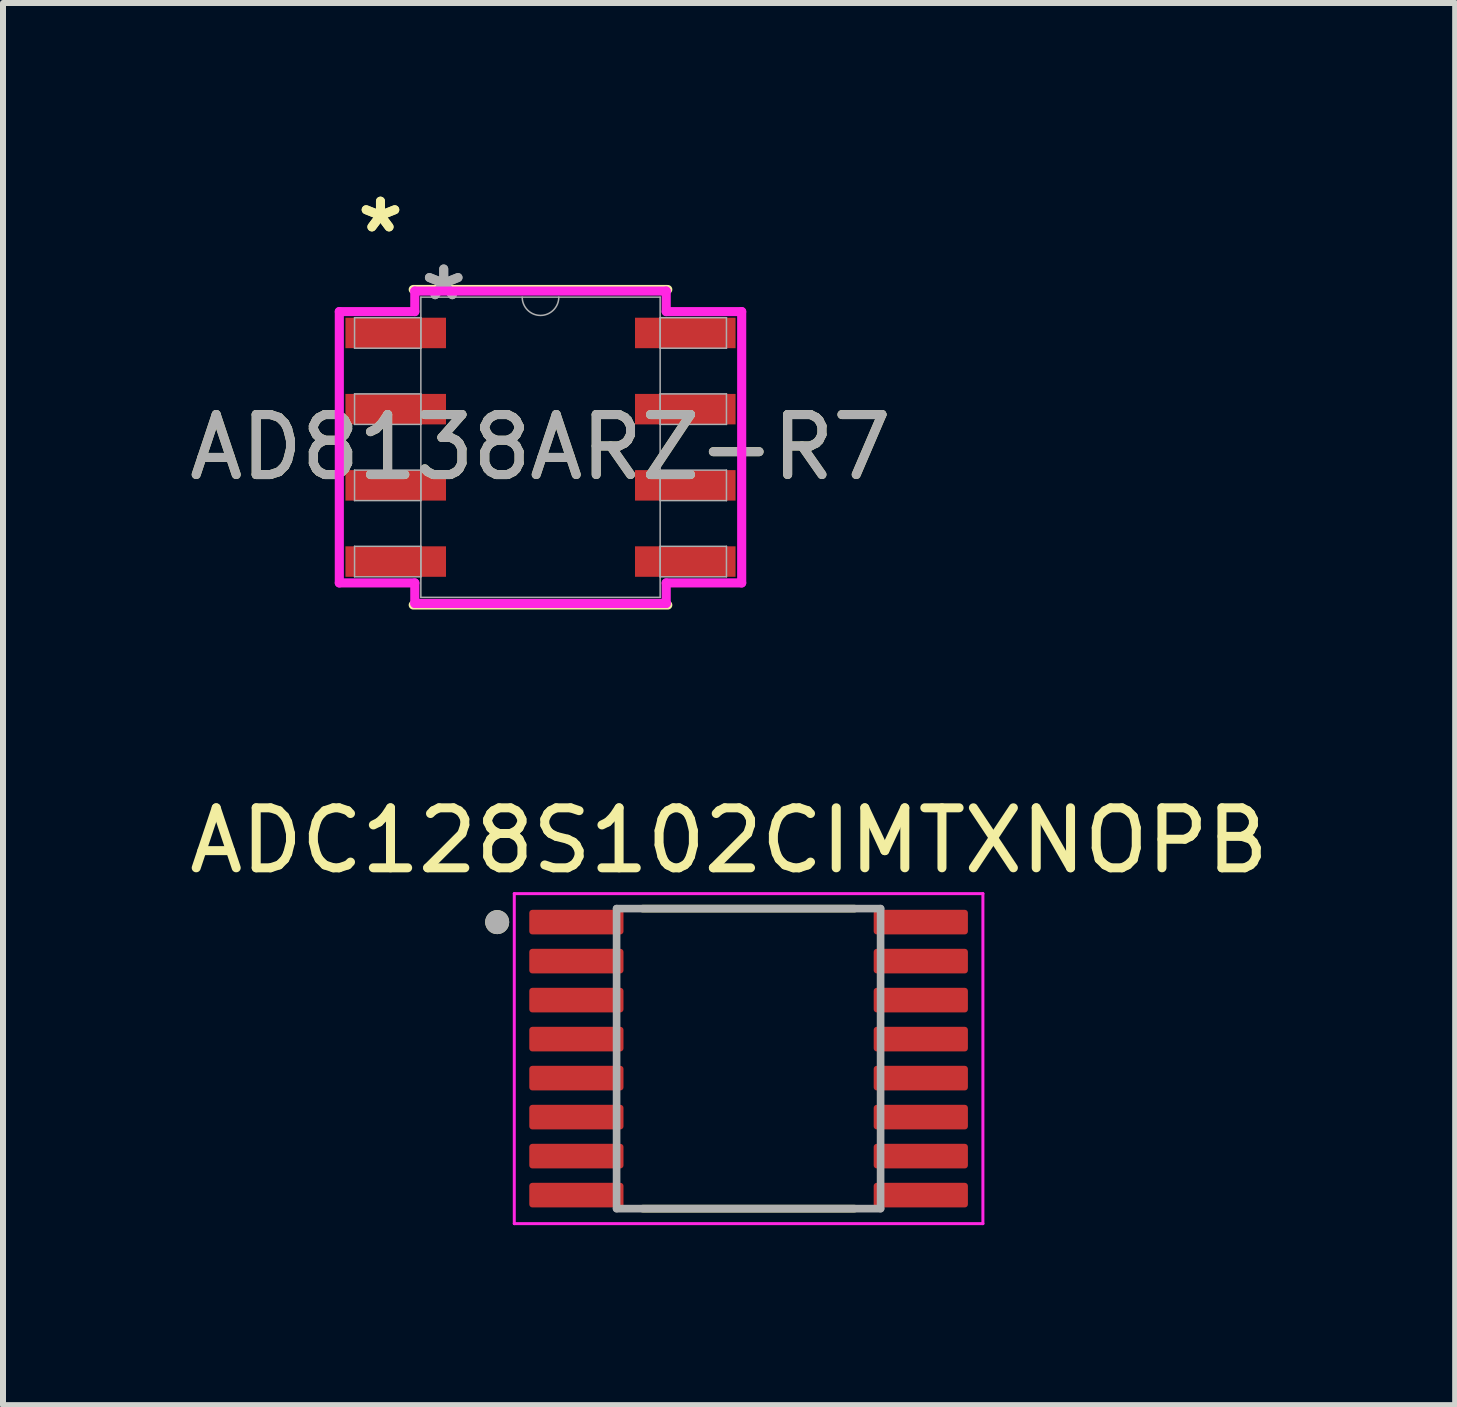
<source format=kicad_pcb>
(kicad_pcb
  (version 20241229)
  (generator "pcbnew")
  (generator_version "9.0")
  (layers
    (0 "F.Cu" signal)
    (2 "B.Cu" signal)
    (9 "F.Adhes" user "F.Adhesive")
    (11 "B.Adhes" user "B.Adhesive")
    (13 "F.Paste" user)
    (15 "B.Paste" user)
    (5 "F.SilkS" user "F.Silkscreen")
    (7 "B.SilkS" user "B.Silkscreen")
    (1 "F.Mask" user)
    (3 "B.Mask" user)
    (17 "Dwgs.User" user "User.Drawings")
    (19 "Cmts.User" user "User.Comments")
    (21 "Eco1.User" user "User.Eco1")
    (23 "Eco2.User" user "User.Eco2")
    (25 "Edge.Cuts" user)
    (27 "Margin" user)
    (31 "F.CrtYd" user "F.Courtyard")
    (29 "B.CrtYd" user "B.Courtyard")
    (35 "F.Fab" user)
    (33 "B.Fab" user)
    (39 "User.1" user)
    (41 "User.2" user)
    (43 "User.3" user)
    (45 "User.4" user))
  (footprint "AD8138ARZ-R7"
    (layer "F.Cu")
    (at 5.958 4.404)
    (property "Reference" "AD8138ARZ-R7" (at 0 0 0) (unlocked yes) (layer "F.SilkS") (effects (font (size 1 1) (thickness 0.15))))
    (attr smd)
    (fp_line (start -2.121 2.629) (end 2.121 2.629) (stroke (width 0.152) (type solid)) (layer "F.SilkS"))
    (fp_line (start 2.121 -2.629) (end -2.121 -2.629) (stroke (width 0.152) (type solid)) (layer "F.SilkS"))
    (fp_line (start -3.353 -2.261) (end -2.095 -2.261) (stroke (width 0.152) (type solid)) (layer "F.CrtYd"))
    (fp_line (start -3.353 2.261) (end -3.353 -2.261) (stroke (width 0.152) (type solid)) (layer "F.CrtYd"))
    (fp_line (start -3.353 2.261) (end -2.095 2.261) (stroke (width 0.152) (type solid)) (layer "F.CrtYd"))
    (fp_line (start -2.095 -2.603) (end 2.095 -2.603) (stroke (width 0.152) (type solid)) (layer "F.CrtYd"))
    (fp_line (start -2.095 -2.261) (end -2.095 -2.603) (stroke (width 0.152) (type solid)) (layer "F.CrtYd"))
    (fp_line (start -2.095 2.603) (end -2.095 2.261) (stroke (width 0.152) (type solid)) (layer "F.CrtYd"))
    (fp_line (start 2.095 -2.603) (end 2.095 -2.261) (stroke (width 0.152) (type solid)) (layer "F.CrtYd"))
    (fp_line (start 2.095 2.261) (end 2.095 2.603) (stroke (width 0.152) (type solid)) (layer "F.CrtYd"))
    (fp_line (start 2.095 2.603) (end -2.095 2.603) (stroke (width 0.152) (type solid)) (layer "F.CrtYd"))
    (fp_line (start 3.353 -2.261) (end 2.095 -2.261) (stroke (width 0.152) (type solid)) (layer "F.CrtYd"))
    (fp_line (start 3.353 -2.261) (end 3.353 2.261) (stroke (width 0.152) (type solid)) (layer "F.CrtYd"))
    (fp_line (start 3.353 2.261) (end 2.095 2.261) (stroke (width 0.152) (type solid)) (layer "F.CrtYd"))
    (fp_line (start -3.099 -2.159) (end -3.099 -1.651) (stroke (width 0.025) (type solid)) (layer "F.Fab"))
    (fp_line (start -3.099 -1.651) (end -1.994 -1.651) (stroke (width 0.025) (type solid)) (layer "F.Fab"))
    (fp_line (start -3.099 -0.889) (end -3.099 -0.381) (stroke (width 0.025) (type solid)) (layer "F.Fab"))
    (fp_line (start -3.099 -0.381) (end -1.994 -0.381) (stroke (width 0.025) (type solid)) (layer "F.Fab"))
    (fp_line (start -3.099 0.381) (end -3.099 0.889) (stroke (width 0.025) (type solid)) (layer "F.Fab"))
    (fp_line (start -3.099 0.889) (end -1.994 0.889) (stroke (width 0.025) (type solid)) (layer "F.Fab"))
    (fp_line (start -3.099 1.651) (end -3.099 2.159) (stroke (width 0.025) (type solid)) (layer "F.Fab"))
    (fp_line (start -3.099 2.159) (end -1.994 2.159) (stroke (width 0.025) (type solid)) (layer "F.Fab"))
    (fp_line (start -1.994 -2.502) (end -1.994 2.502) (stroke (width 0.025) (type solid)) (layer "F.Fab"))
    (fp_line (start -1.994 -2.159) (end -3.099 -2.159) (stroke (width 0.025) (type solid)) (layer "F.Fab"))
    (fp_line (start -1.994 -1.651) (end -1.994 -2.159) (stroke (width 0.025) (type solid)) (layer "F.Fab"))
    (fp_line (start -1.994 -0.889) (end -3.099 -0.889) (stroke (width 0.025) (type solid)) (layer "F.Fab"))
    (fp_line (start -1.994 -0.381) (end -1.994 -0.889) (stroke (width 0.025) (type solid)) (layer "F.Fab"))
    (fp_line (start -1.994 0.381) (end -3.099 0.381) (stroke (width 0.025) (type solid)) (layer "F.Fab"))
    (fp_line (start -1.994 0.889) (end -1.994 0.381) (stroke (width 0.025) (type solid)) (layer "F.Fab"))
    (fp_line (start -1.994 1.651) (end -3.099 1.651) (stroke (width 0.025) (type solid)) (layer "F.Fab"))
    (fp_line (start -1.994 2.159) (end -1.994 1.651) (stroke (width 0.025) (type solid)) (layer "F.Fab"))
    (fp_line (start -1.994 2.502) (end 1.994 2.502) (stroke (width 0.025) (type solid)) (layer "F.Fab"))
    (fp_line (start 1.994 -2.502) (end -1.994 -2.502) (stroke (width 0.025) (type solid)) (layer "F.Fab"))
    (fp_line (start 1.994 -2.159) (end 1.994 -1.651) (stroke (width 0.025) (type solid)) (layer "F.Fab"))
    (fp_line (start 1.994 -1.651) (end 3.099 -1.651) (stroke (width 0.025) (type solid)) (layer "F.Fab"))
    (fp_line (start 1.994 -0.889) (end 1.994 -0.381) (stroke (width 0.025) (type solid)) (layer "F.Fab"))
    (fp_line (start 1.994 -0.381) (end 3.099 -0.381) (stroke (width 0.025) (type solid)) (layer "F.Fab"))
    (fp_line (start 1.994 0.381) (end 1.994 0.889) (stroke (width 0.025) (type solid)) (layer "F.Fab"))
    (fp_line (start 1.994 0.889) (end 3.099 0.889) (stroke (width 0.025) (type solid)) (layer "F.Fab"))
    (fp_line (start 1.994 1.651) (end 1.994 2.159) (stroke (width 0.025) (type solid)) (layer "F.Fab"))
    (fp_line (start 1.994 2.159) (end 3.099 2.159) (stroke (width 0.025) (type solid)) (layer "F.Fab"))
    (fp_line (start 1.994 2.502) (end 1.994 -2.502) (stroke (width 0.025) (type solid)) (layer "F.Fab"))
    (fp_line (start 3.099 -2.159) (end 1.994 -2.159) (stroke (width 0.025) (type solid)) (layer "F.Fab"))
    (fp_line (start 3.099 -1.651) (end 3.099 -2.159) (stroke (width 0.025) (type solid)) (layer "F.Fab"))
    (fp_line (start 3.099 -0.889) (end 1.994 -0.889) (stroke (width 0.025) (type solid)) (layer "F.Fab"))
    (fp_line (start 3.099 -0.381) (end 3.099 -0.889) (stroke (width 0.025) (type solid)) (layer "F.Fab"))
    (fp_line (start 3.099 0.381) (end 1.994 0.381) (stroke (width 0.025) (type solid)) (layer "F.Fab"))
    (fp_line (start 3.099 0.889) (end 3.099 0.381) (stroke (width 0.025) (type solid)) (layer "F.Fab"))
    (fp_line (start 3.099 1.651) (end 1.994 1.651) (stroke (width 0.025) (type solid)) (layer "F.Fab"))
    (fp_line (start 3.099 2.159) (end 3.099 1.651) (stroke (width 0.025) (type solid)) (layer "F.Fab"))
    (fp_arc (start 0.3048 -2.5019) (mid 0 -2.1971) (end -0.3048 -2.5019) (stroke (width 0.0254) (type solid)) (layer "F.Fab"))
    (fp_text user "*" (at -2.667 -3.556 0) (layer "F.SilkS") (effects (font (size 1 1) (thickness 0.15))))
    (fp_text user "*" (at -2.667 -3.556 0) (unlocked yes) (layer "F.SilkS") (effects (font (size 1 1) (thickness 0.15))))
    (fp_text user "${REFERENCE}" (at 0 0 0) (unlocked yes) (layer "F.Fab") (effects (font (size 1 1) (thickness 0.15))))
    (fp_text user "*" (at -1.613 -2.426 0) (unlocked yes) (layer "F.Fab") (effects (font (size 1 1) (thickness 0.15))))
    (fp_text user "*" (at -1.613 -2.426 0) (layer "F.Fab") (effects (font (size 1 1) (thickness 0.15))))
    (pad "1" smd rect (at -2.413 -1.905) (size 1.676 0.508) (layers "F.Cu" "F.Mask" "F.Paste"))
    (pad "2" smd rect (at -2.413 -0.635) (size 1.676 0.508) (layers "F.Cu" "F.Mask" "F.Paste"))
    (pad "3" smd rect (at -2.413 0.635) (size 1.676 0.508) (layers "F.Cu" "F.Mask" "F.Paste"))
    (pad "4" smd rect (at -2.413 1.905) (size 1.676 0.508) (layers "F.Cu" "F.Mask" "F.Paste"))
    (pad "5" smd rect (at 2.413 1.905) (size 1.676 0.508) (layers "F.Cu" "F.Mask" "F.Paste"))
    (pad "6" smd rect (at 2.413 0.635) (size 1.676 0.508) (layers "F.Cu" "F.Mask" "F.Paste"))
    (pad "7" smd rect (at 2.413 -0.635) (size 1.676 0.508) (layers "F.Cu" "F.Mask" "F.Paste"))
    (pad "8" smd rect (at 2.413 -1.905) (size 1.676 0.508) (layers "F.Cu" "F.Mask" "F.Paste")))
  (footprint "ADC128S102CIMTXNOPB"
    (layer "F.Cu")
    (at 9.426 14.593)
    (property "Reference" "ADC128S102CIMTXNOPB" (at -0.325 -3.635 0) (layer "F.SilkS") (effects (font (size 1 1) (thickness 0.15))))
    (attr smd)
    (fp_line (start -1.765 -2.5) (end 1.765 -2.5) (stroke (width 0.127) (type solid)) (layer "F.SilkS"))
    (fp_line (start 1.765 2.5) (end -1.765 2.5) (stroke (width 0.127) (type solid)) (layer "F.SilkS"))
    (fp_circle (center -4.19 -2.275) (end -4.09 -2.275) (stroke (width 0.2) (type solid)) (fill no) (layer "F.SilkS"))
    (fp_line (start -3.905 -2.75) (end -3.905 2.75) (stroke (width 0.05) (type solid)) (layer "F.CrtYd"))
    (fp_line (start -3.905 -2.75) (end 3.905 -2.75) (stroke (width 0.05) (type solid)) (layer "F.CrtYd"))
    (fp_line (start -3.905 2.75) (end 3.905 2.75) (stroke (width 0.05) (type solid)) (layer "F.CrtYd"))
    (fp_line (start 3.905 -2.75) (end 3.905 2.75) (stroke (width 0.05) (type solid)) (layer "F.CrtYd"))
    (fp_line (start -2.2 -2.5) (end -2.2 2.5) (stroke (width 0.127) (type solid)) (layer "F.Fab"))
    (fp_line (start -2.2 -2.5) (end 2.2 -2.5) (stroke (width 0.127) (type solid)) (layer "F.Fab"))
    (fp_line (start -2.2 2.5) (end 2.2 2.5) (stroke (width 0.127) (type solid)) (layer "F.Fab"))
    (fp_line (start 2.2 -2.5) (end 2.2 2.5) (stroke (width 0.127) (type solid)) (layer "F.Fab"))
    (fp_circle (center -4.19 -2.275) (end -4.09 -2.275) (stroke (width 0.2) (type solid)) (fill no) (layer "F.Fab"))
    (pad "1" smd roundrect (at -2.87 -2.275) (size 1.57 0.41) (layers "F.Cu" "F.Mask" "F.Paste") (roundrect_rratio 0.125))
    (pad "2" smd roundrect (at -2.87 -1.625) (size 1.57 0.41) (layers "F.Cu" "F.Mask" "F.Paste") (roundrect_rratio 0.125))
    (pad "3" smd roundrect (at -2.87 -0.975) (size 1.57 0.41) (layers "F.Cu" "F.Mask" "F.Paste") (roundrect_rratio 0.125))
    (pad "4" smd roundrect (at -2.87 -0.325) (size 1.57 0.41) (layers "F.Cu" "F.Mask" "F.Paste") (roundrect_rratio 0.125))
    (pad "5" smd roundrect (at -2.87 0.325) (size 1.57 0.41) (layers "F.Cu" "F.Mask" "F.Paste") (roundrect_rratio 0.125))
    (pad "6" smd roundrect (at -2.87 0.975) (size 1.57 0.41) (layers "F.Cu" "F.Mask" "F.Paste") (roundrect_rratio 0.125))
    (pad "7" smd roundrect (at -2.87 1.625) (size 1.57 0.41) (layers "F.Cu" "F.Mask" "F.Paste") (roundrect_rratio 0.125))
    (pad "8" smd roundrect (at -2.87 2.275) (size 1.57 0.41) (layers "F.Cu" "F.Mask" "F.Paste") (roundrect_rratio 0.125))
    (pad "9" smd roundrect (at 2.87 2.275) (size 1.57 0.41) (layers "F.Cu" "F.Mask" "F.Paste") (roundrect_rratio 0.125))
    (pad "10" smd roundrect (at 2.87 1.625) (size 1.57 0.41) (layers "F.Cu" "F.Mask" "F.Paste") (roundrect_rratio 0.125))
    (pad "11" smd roundrect (at 2.87 0.975) (size 1.57 0.41) (layers "F.Cu" "F.Mask" "F.Paste") (roundrect_rratio 0.125))
    (pad "12" smd roundrect (at 2.87 0.325) (size 1.57 0.41) (layers "F.Cu" "F.Mask" "F.Paste") (roundrect_rratio 0.125))
    (pad "13" smd roundrect (at 2.87 -0.325) (size 1.57 0.41) (layers "F.Cu" "F.Mask" "F.Paste") (roundrect_rratio 0.125))
    (pad "14" smd roundrect (at 2.87 -0.975) (size 1.57 0.41) (layers "F.Cu" "F.Mask" "F.Paste") (roundrect_rratio 0.125))
    (pad "15" smd roundrect (at 2.87 -1.625) (size 1.57 0.41) (layers "F.Cu" "F.Mask" "F.Paste") (roundrect_rratio 0.125))
    (pad "16" smd roundrect (at 2.87 -2.275) (size 1.57 0.41) (layers "F.Cu" "F.Mask" "F.Paste") (roundrect_rratio 0.125)))
  (gr_rect
    (start -3 -3)
    (end 21.202 20.368)
    (stroke (width 0.1) (type default))
    (fill no)
    (layer "Edge.Cuts")))
</source>
